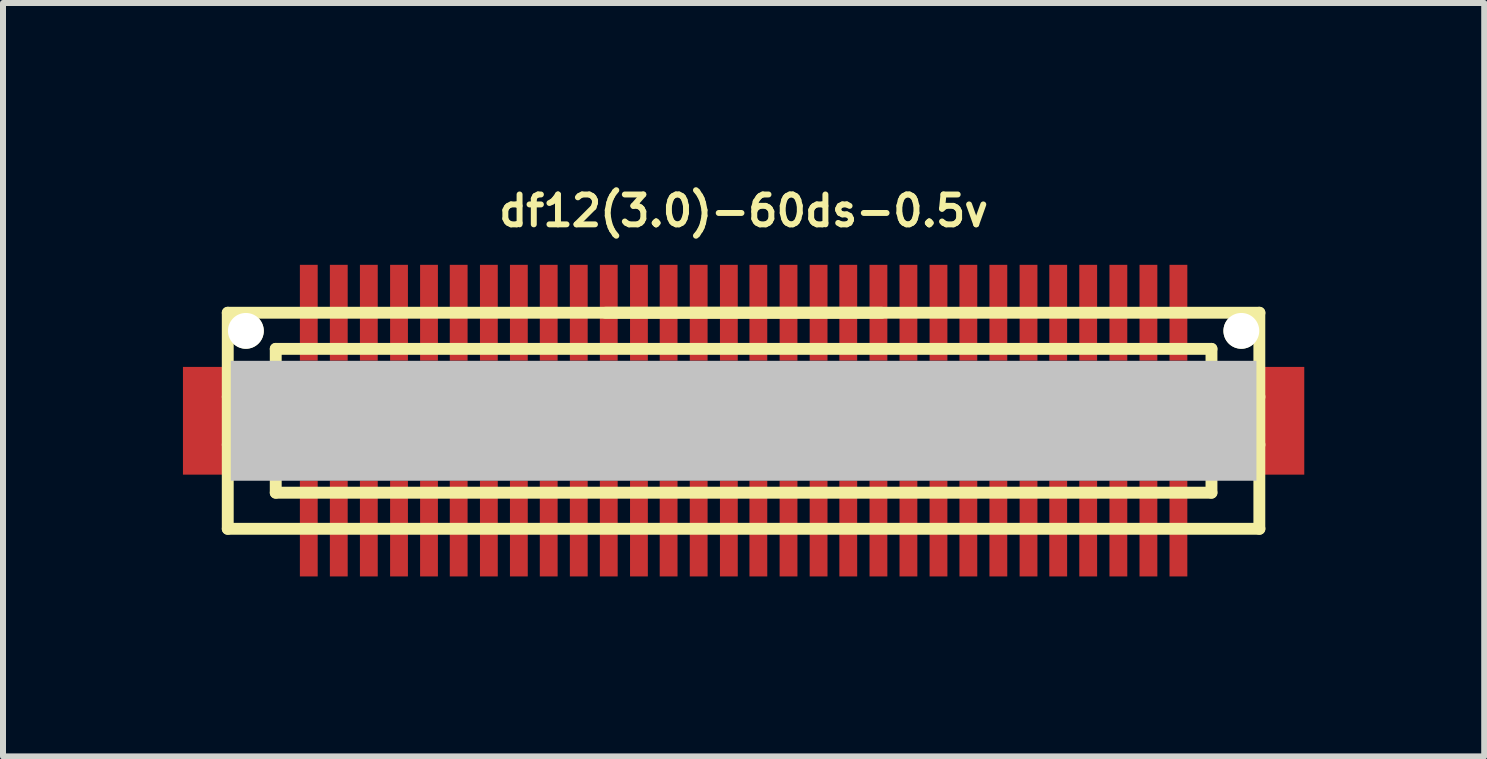
<source format=kicad_pcb>
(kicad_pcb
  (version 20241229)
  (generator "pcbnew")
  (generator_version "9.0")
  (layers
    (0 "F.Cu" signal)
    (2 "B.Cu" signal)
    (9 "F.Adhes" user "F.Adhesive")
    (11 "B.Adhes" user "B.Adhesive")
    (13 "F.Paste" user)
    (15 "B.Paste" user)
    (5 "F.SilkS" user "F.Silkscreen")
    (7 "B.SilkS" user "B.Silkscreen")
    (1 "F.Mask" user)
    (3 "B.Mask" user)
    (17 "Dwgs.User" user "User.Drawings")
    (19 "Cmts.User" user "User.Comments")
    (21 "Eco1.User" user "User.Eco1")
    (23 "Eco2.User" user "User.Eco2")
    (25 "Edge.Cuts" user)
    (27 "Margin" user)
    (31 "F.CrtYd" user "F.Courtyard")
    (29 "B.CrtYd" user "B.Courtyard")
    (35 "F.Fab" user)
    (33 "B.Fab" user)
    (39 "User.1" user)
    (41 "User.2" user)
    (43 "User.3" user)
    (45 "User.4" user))
  (footprint "df12(3.0)-60ds-0.5v"
    (layer "F.Cu")
    (at 9.347 3.965)
    (property "Reference" "df12(3.0)-60ds-0.5v" (at 0 -3.5 0) (layer "F.SilkS") (effects (font (size 0.498 0.498) (thickness 0.099))))
    (attr smd)
    (fp_line (start -8.6 -1.801) (end 8.6 -1.801) (stroke (width 0.198) (type solid)) (layer "F.SilkS"))
    (fp_line (start -8.6 1.801) (end -8.6 -1.801) (stroke (width 0.198) (type solid)) (layer "F.SilkS"))
    (fp_line (start -8.6 1.801) (end 8.6 1.801) (stroke (width 0.198) (type solid)) (layer "F.SilkS"))
    (fp_line (start -7.8 -0.701) (end 7.8 -0.701) (stroke (width 0.198) (type solid)) (layer "F.SilkS"))
    (fp_line (start -7.8 -0.399) (end -8.6 -0.399) (stroke (width 0.198) (type solid)) (layer "F.SilkS"))
    (fp_line (start -7.8 0.399) (end -8.6 0.399) (stroke (width 0.198) (type solid)) (layer "F.SilkS"))
    (fp_line (start -7.8 0.701) (end 7.8 0.701) (stroke (width 0.198) (type solid)) (layer "F.SilkS"))
    (fp_line (start -7.8 1.199) (end -7.8 -1.199) (stroke (width 0.198) (type solid)) (layer "F.SilkS"))
    (fp_line (start -2.301 -1.801) (end 2.301 -1.801) (stroke (width 0.198) (type solid)) (layer "F.SilkS"))
    (fp_line (start 7.8 -1.199) (end -7.8 -1.199) (stroke (width 0.198) (type solid)) (layer "F.SilkS"))
    (fp_line (start 7.8 -1.199) (end 7.8 1.199) (stroke (width 0.198) (type solid)) (layer "F.SilkS"))
    (fp_line (start 7.8 -0.399) (end 8.6 -0.399) (stroke (width 0.198) (type solid)) (layer "F.SilkS"))
    (fp_line (start 7.8 1.199) (end -7.8 1.199) (stroke (width 0.198) (type solid)) (layer "F.SilkS"))
    (fp_line (start 8.598 -1.801) (end 8.598 1.801) (stroke (width 0.198) (type solid)) (layer "F.SilkS"))
    (fp_line (start 8.6 0.399) (end 7.8 0.399) (stroke (width 0.198) (type solid)) (layer "F.SilkS"))
    (pad "" smd rect (at -8.948 0) (size 0.798 1.796) (layers "F.Cu" "F.Mask" "F.Paste"))
    (pad "" np_thru_hole circle (at -8.298 -1.499) (size 0.597 0.597) (drill 0.597) (layers "*.Cu" "*.Mask" "F.SilkS"))
    (pad "" smd rect (at 0 0) (size 17.099 1.999) (layers "Dwgs.User"))
    (pad "" np_thru_hole circle (at 8.298 -1.499) (size 0.597 0.597) (drill 0.597) (layers "*.Cu" "*.Mask" "F.SilkS"))
    (pad "" smd rect (at 8.948 0) (size 0.798 1.796) (layers "F.Cu" "F.Mask" "F.Paste"))
    (pad "1" smd rect (at -7.249 1.796) (size 0.297 1.598) (layers "F.Cu" "F.Mask" "F.Paste"))
    (pad "2" smd rect (at -6.749 1.796) (size 0.297 1.598) (layers "F.Cu" "F.Mask" "F.Paste"))
    (pad "3" smd rect (at -6.248 1.796) (size 0.297 1.598) (layers "F.Cu" "F.Mask" "F.Paste"))
    (pad "4" smd rect (at -5.745 1.796) (size 0.297 1.598) (layers "F.Cu" "F.Mask" "F.Paste"))
    (pad "5" smd rect (at -5.245 1.796) (size 0.297 1.598) (layers "F.Cu" "F.Mask" "F.Paste"))
    (pad "6" smd rect (at -4.75 1.796) (size 0.297 1.598) (layers "F.Cu" "F.Mask" "F.Paste"))
    (pad "7" smd rect (at -4.247 1.796) (size 0.297 1.598) (layers "F.Cu" "F.Mask" "F.Paste"))
    (pad "8" smd rect (at -3.747 1.796) (size 0.297 1.598) (layers "F.Cu" "F.Mask" "F.Paste"))
    (pad "9" smd rect (at -3.249 1.796) (size 0.297 1.598) (layers "F.Cu" "F.Mask" "F.Paste"))
    (pad "10" smd rect (at -2.748 1.796) (size 0.297 1.598) (layers "F.Cu" "F.Mask" "F.Paste"))
    (pad "11" smd rect (at -2.248 1.796) (size 0.297 1.598) (layers "F.Cu" "F.Mask" "F.Paste"))
    (pad "12" smd rect (at -1.745 1.796) (size 0.297 1.598) (layers "F.Cu" "F.Mask" "F.Paste"))
    (pad "13" smd rect (at -1.25 1.796) (size 0.297 1.598) (layers "F.Cu" "F.Mask" "F.Paste"))
    (pad "14" smd rect (at -0.749 1.796) (size 0.297 1.598) (layers "F.Cu" "F.Mask" "F.Paste"))
    (pad "15" smd rect (at -0.246 1.796) (size 0.297 1.598) (layers "F.Cu" "F.Mask" "F.Paste"))
    (pad "16" smd rect (at 0.246 1.796) (size 0.297 1.598) (layers "F.Cu" "F.Mask" "F.Paste"))
    (pad "17" smd rect (at 0.749 1.796) (size 0.297 1.598) (layers "F.Cu" "F.Mask" "F.Paste"))
    (pad "18" smd rect (at 1.25 1.796) (size 0.297 1.598) (layers "F.Cu" "F.Mask" "F.Paste"))
    (pad "19" smd rect (at 1.745 1.796) (size 0.297 1.598) (layers "F.Cu" "F.Mask" "F.Paste"))
    (pad "20" smd rect (at 2.248 1.796) (size 0.297 1.598) (layers "F.Cu" "F.Mask" "F.Paste"))
    (pad "21" smd rect (at 2.748 1.796) (size 0.297 1.598) (layers "F.Cu" "F.Mask" "F.Paste"))
    (pad "22" smd rect (at 3.249 1.796) (size 0.297 1.598) (layers "F.Cu" "F.Mask" "F.Paste"))
    (pad "23" smd rect (at 3.747 1.796) (size 0.297 1.598) (layers "F.Cu" "F.Mask" "F.Paste"))
    (pad "24" smd rect (at 4.247 1.796) (size 0.297 1.598) (layers "F.Cu" "F.Mask" "F.Paste"))
    (pad "25" smd rect (at 4.75 1.796) (size 0.297 1.598) (layers "F.Cu" "F.Mask" "F.Paste"))
    (pad "26" smd rect (at 5.245 1.796) (size 0.297 1.598) (layers "F.Cu" "F.Mask" "F.Paste"))
    (pad "27" smd rect (at 5.745 1.796) (size 0.297 1.598) (layers "F.Cu" "F.Mask" "F.Paste"))
    (pad "28" smd rect (at 6.248 1.796) (size 0.297 1.598) (layers "F.Cu" "F.Mask" "F.Paste"))
    (pad "29" smd rect (at 6.749 1.796) (size 0.297 1.598) (layers "F.Cu" "F.Mask" "F.Paste"))
    (pad "30" smd rect (at 7.249 1.796) (size 0.297 1.598) (layers "F.Cu" "F.Mask" "F.Paste"))
    (pad "31" smd rect (at 7.249 -1.801) (size 0.297 1.598) (layers "F.Cu" "F.Mask" "F.Paste"))
    (pad "32" smd rect (at 6.749 -1.801) (size 0.297 1.598) (layers "F.Cu" "F.Mask" "F.Paste"))
    (pad "33" smd rect (at 6.248 -1.801) (size 0.297 1.598) (layers "F.Cu" "F.Mask" "F.Paste"))
    (pad "34" smd rect (at 5.745 -1.801) (size 0.297 1.598) (layers "F.Cu" "F.Mask" "F.Paste"))
    (pad "35" smd rect (at 5.245 -1.801) (size 0.297 1.598) (layers "F.Cu" "F.Mask" "F.Paste"))
    (pad "36" smd rect (at 4.75 -1.801) (size 0.297 1.598) (layers "F.Cu" "F.Mask" "F.Paste"))
    (pad "37" smd rect (at 4.247 -1.801) (size 0.297 1.598) (layers "F.Cu" "F.Mask" "F.Paste"))
    (pad "38" smd rect (at 3.747 -1.801) (size 0.297 1.598) (layers "F.Cu" "F.Mask" "F.Paste"))
    (pad "39" smd rect (at 3.249 -1.801) (size 0.297 1.598) (layers "F.Cu" "F.Mask" "F.Paste"))
    (pad "40" smd rect (at 2.748 -1.801) (size 0.297 1.598) (layers "F.Cu" "F.Mask" "F.Paste"))
    (pad "41" smd rect (at 2.248 -1.801) (size 0.297 1.598) (layers "F.Cu" "F.Mask" "F.Paste"))
    (pad "42" smd rect (at 1.745 -1.801) (size 0.297 1.598) (layers "F.Cu" "F.Mask" "F.Paste"))
    (pad "43" smd rect (at 1.25 -1.801) (size 0.297 1.598) (layers "F.Cu" "F.Mask" "F.Paste"))
    (pad "44" smd rect (at 0.749 -1.801) (size 0.297 1.598) (layers "F.Cu" "F.Mask" "F.Paste"))
    (pad "45" smd rect (at 0.246 -1.801) (size 0.297 1.598) (layers "F.Cu" "F.Mask" "F.Paste"))
    (pad "46" smd rect (at -0.246 -1.801) (size 0.297 1.598) (layers "F.Cu" "F.Mask" "F.Paste"))
    (pad "47" smd rect (at -0.749 -1.801) (size 0.297 1.598) (layers "F.Cu" "F.Mask" "F.Paste"))
    (pad "48" smd rect (at -1.25 -1.801) (size 0.297 1.598) (layers "F.Cu" "F.Mask" "F.Paste"))
    (pad "49" smd rect (at -1.745 -1.801) (size 0.297 1.598) (layers "F.Cu" "F.Mask" "F.Paste"))
    (pad "50" smd rect (at -2.248 -1.801) (size 0.297 1.598) (layers "F.Cu" "F.Mask" "F.Paste"))
    (pad "51" smd rect (at -2.748 -1.801) (size 0.297 1.598) (layers "F.Cu" "F.Mask" "F.Paste"))
    (pad "52" smd rect (at -3.249 -1.801) (size 0.297 1.598) (layers "F.Cu" "F.Mask" "F.Paste"))
    (pad "53" smd rect (at -3.747 -1.801) (size 0.297 1.598) (layers "F.Cu" "F.Mask" "F.Paste"))
    (pad "54" smd rect (at -4.247 -1.801) (size 0.297 1.598) (layers "F.Cu" "F.Mask" "F.Paste"))
    (pad "55" smd rect (at -4.75 -1.801) (size 0.297 1.598) (layers "F.Cu" "F.Mask" "F.Paste"))
    (pad "56" smd rect (at -5.245 -1.801) (size 0.297 1.598) (layers "F.Cu" "F.Mask" "F.Paste"))
    (pad "57" smd rect (at -5.745 -1.801) (size 0.297 1.598) (layers "F.Cu" "F.Mask" "F.Paste"))
    (pad "58" smd rect (at -6.248 -1.801) (size 0.297 1.598) (layers "F.Cu" "F.Mask" "F.Paste"))
    (pad "59" smd rect (at -6.749 -1.801) (size 0.297 1.598) (layers "F.Cu" "F.Mask" "F.Paste"))
    (pad "60" smd rect (at -7.249 -1.801) (size 0.297 1.598) (layers "F.Cu" "F.Mask" "F.Paste")))
  (gr_rect
    (start -3 -3)
    (end 21.694 9.56)
    (stroke (width 0.1) (type default))
    (fill no)
    (layer "Edge.Cuts")))
</source>
